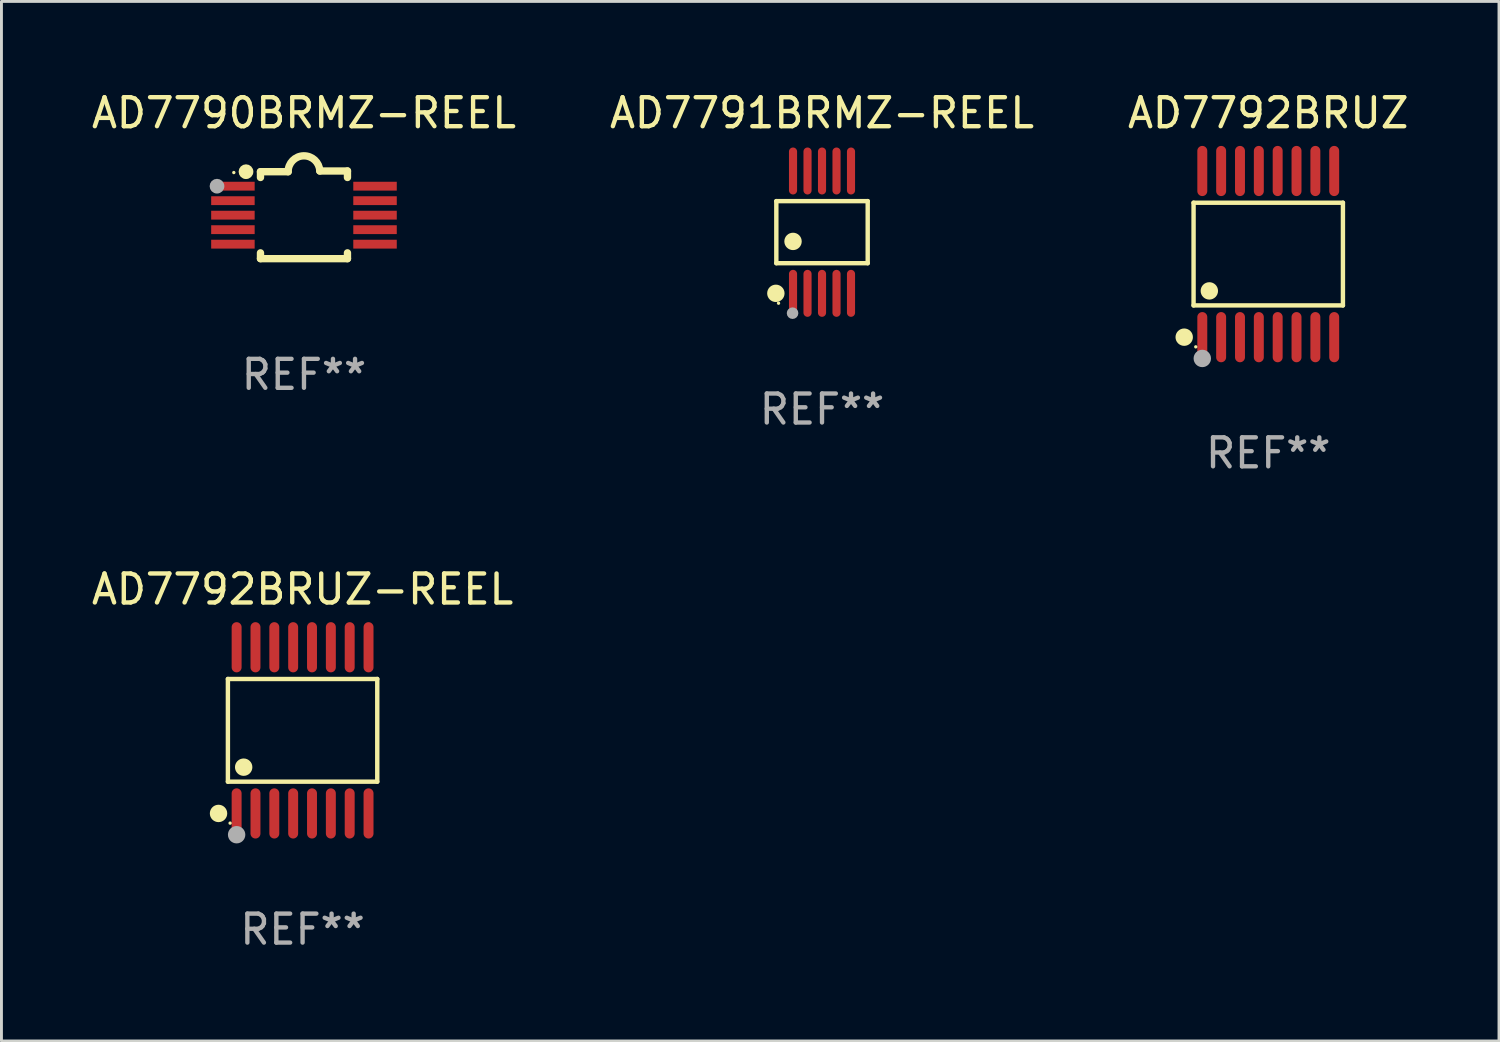
<source format=kicad_pcb>
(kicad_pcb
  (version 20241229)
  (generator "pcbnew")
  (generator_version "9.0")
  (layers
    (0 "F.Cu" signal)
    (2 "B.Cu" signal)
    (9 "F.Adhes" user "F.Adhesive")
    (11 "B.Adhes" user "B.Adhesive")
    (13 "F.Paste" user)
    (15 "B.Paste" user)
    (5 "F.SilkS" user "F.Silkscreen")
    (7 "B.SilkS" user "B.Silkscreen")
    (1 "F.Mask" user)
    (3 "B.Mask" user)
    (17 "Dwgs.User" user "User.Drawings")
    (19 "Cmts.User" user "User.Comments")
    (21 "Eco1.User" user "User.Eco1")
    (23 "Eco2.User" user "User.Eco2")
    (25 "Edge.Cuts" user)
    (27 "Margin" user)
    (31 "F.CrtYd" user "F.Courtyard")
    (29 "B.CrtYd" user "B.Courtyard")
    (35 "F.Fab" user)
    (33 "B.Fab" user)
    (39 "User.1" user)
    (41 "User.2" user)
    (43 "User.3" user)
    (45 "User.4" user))
  (footprint "AD7791BRMZ-REEL"
    (layer "F.Cu")
    (at 25.304 4.958)
    (property "Reference" "AD7791BRMZ-REEL" (at 0 -4.11 0) (layer "F.SilkS") (effects (font (size 1 1) (thickness 0.15))))
    (attr through_hole)
    (fp_line (start -1.576 -1.071) (end 1.576 -1.071) (stroke (width 0.152) (type solid)) (layer "F.SilkS"))
    (fp_line (start -1.576 1.071) (end -1.576 -1.071) (stroke (width 0.152) (type solid)) (layer "F.SilkS"))
    (fp_line (start 1.576 -1.071) (end 1.576 1.071) (stroke (width 0.152) (type solid)) (layer "F.SilkS"))
    (fp_line (start 1.576 1.071) (end -1.576 1.071) (stroke (width 0.152) (type solid)) (layer "F.SilkS"))
    (fp_circle (center -1.592 2.11) (end -1.442 2.11) (stroke (width 0.3) (type solid)) (fill no) (layer "F.SilkS"))
    (fp_circle (center -1.5 2.45) (end -1.47 2.45) (stroke (width 0.06) (type solid)) (fill no) (layer "F.SilkS"))
    (fp_circle (center -1 0.319) (end -0.85 0.319) (stroke (width 0.3) (type solid)) (fill no) (layer "F.SilkS"))
    (fp_circle (center -1.016 2.794) (end -0.916 2.794) (stroke (width 0.2) (type solid)) (fill no) (layer "F.Fab"))
    (fp_text user "REF**" (at 0 6.11 0) (layer "F.Fab") (effects (font (size 1 1) (thickness 0.15))))
    (pad "1" smd oval (at -1 2.11) (size 0.28 1.62) (layers "F.Cu" "F.Mask" "F.Paste"))
    (pad "2" smd oval (at -0.5 2.11) (size 0.28 1.62) (layers "F.Cu" "F.Mask" "F.Paste"))
    (pad "3" smd oval (at 0 2.11) (size 0.28 1.62) (layers "F.Cu" "F.Mask" "F.Paste"))
    (pad "4" smd oval (at 0.5 2.11) (size 0.28 1.62) (layers "F.Cu" "F.Mask" "F.Paste"))
    (pad "5" smd oval (at 1 2.11) (size 0.28 1.62) (layers "F.Cu" "F.Mask" "F.Paste"))
    (pad "6" smd oval (at 1 -2.11) (size 0.28 1.62) (layers "F.Cu" "F.Mask" "F.Paste"))
    (pad "7" smd oval (at 0.5 -2.11) (size 0.28 1.62) (layers "F.Cu" "F.Mask" "F.Paste"))
    (pad "8" smd oval (at 0 -2.11) (size 0.28 1.62) (layers "F.Cu" "F.Mask" "F.Paste"))
    (pad "9" smd oval (at -0.5 -2.11) (size 0.28 1.62) (layers "F.Cu" "F.Mask" "F.Paste"))
    (pad "10" smd oval (at -1 -2.11) (size 0.28 1.62) (layers "F.Cu" "F.Mask" "F.Paste")))
  (footprint "AD7792BRUZ-REEL"
    (layer "F.Cu")
    (at 7.387 22.142)
    (property "Reference" "AD7792BRUZ-REEL" (at 0 -4.866 0) (layer "F.SilkS") (effects (font (size 1 1) (thickness 0.15))))
    (attr through_hole)
    (fp_line (start -2.576 -1.772) (end 2.576 -1.772) (stroke (width 0.152) (type solid)) (layer "F.SilkS"))
    (fp_line (start -2.576 1.771) (end -2.576 -1.772) (stroke (width 0.152) (type solid)) (layer "F.SilkS"))
    (fp_line (start 2.576 -1.772) (end 2.576 1.771) (stroke (width 0.152) (type solid)) (layer "F.SilkS"))
    (fp_line (start 2.576 1.771) (end -2.576 1.771) (stroke (width 0.152) (type solid)) (layer "F.SilkS"))
    (fp_circle (center -2.899 2.866) (end -2.749 2.866) (stroke (width 0.3) (type solid)) (fill no) (layer "F.SilkS"))
    (fp_circle (center -2.5 3.2) (end -2.47 3.2) (stroke (width 0.06) (type solid)) (fill no) (layer "F.SilkS"))
    (fp_circle (center -2.032 1.27) (end -1.882 1.27) (stroke (width 0.3) (type solid)) (fill no) (layer "F.SilkS"))
    (fp_circle (center -2.275 3.6) (end -2.125 3.6) (stroke (width 0.3) (type solid)) (fill no) (layer "F.Fab"))
    (fp_text user "REF**" (at 0 6.866 0) (layer "F.Fab") (effects (font (size 1 1) (thickness 0.15))))
    (pad "1" smd oval (at -2.275 2.866) (size 0.343 1.731) (layers "F.Cu" "F.Mask" "F.Paste"))
    (pad "2" smd oval (at -1.625 2.866) (size 0.343 1.731) (layers "F.Cu" "F.Mask" "F.Paste"))
    (pad "3" smd oval (at -0.975 2.866) (size 0.343 1.731) (layers "F.Cu" "F.Mask" "F.Paste"))
    (pad "4" smd oval (at -0.325 2.866) (size 0.343 1.731) (layers "F.Cu" "F.Mask" "F.Paste"))
    (pad "5" smd oval (at 0.325 2.866) (size 0.343 1.731) (layers "F.Cu" "F.Mask" "F.Paste"))
    (pad "6" smd oval (at 0.975 2.866) (size 0.343 1.731) (layers "F.Cu" "F.Mask" "F.Paste"))
    (pad "7" smd oval (at 1.625 2.866) (size 0.343 1.731) (layers "F.Cu" "F.Mask" "F.Paste"))
    (pad "8" smd oval (at 2.275 2.866) (size 0.343 1.731) (layers "F.Cu" "F.Mask" "F.Paste"))
    (pad "9" smd oval (at 2.275 -2.866) (size 0.343 1.731) (layers "F.Cu" "F.Mask" "F.Paste"))
    (pad "10" smd oval (at 1.625 -2.866) (size 0.343 1.731) (layers "F.Cu" "F.Mask" "F.Paste"))
    (pad "11" smd oval (at 0.975 -2.866) (size 0.343 1.731) (layers "F.Cu" "F.Mask" "F.Paste"))
    (pad "12" smd oval (at 0.325 -2.866) (size 0.343 1.731) (layers "F.Cu" "F.Mask" "F.Paste"))
    (pad "13" smd oval (at -0.325 -2.866) (size 0.343 1.731) (layers "F.Cu" "F.Mask" "F.Paste"))
    (pad "14" smd oval (at -0.975 -2.866) (size 0.343 1.731) (layers "F.Cu" "F.Mask" "F.Paste"))
    (pad "15" smd oval (at -1.625 -2.866) (size 0.343 1.731) (layers "F.Cu" "F.Mask" "F.Paste"))
    (pad "16" smd oval (at -2.275 -2.866) (size 0.343 1.731) (layers "F.Cu" "F.Mask" "F.Paste")))
  (footprint "AD7790BRMZ-REEL"
    (layer "F.Cu")
    (at 7.435 4.36)
    (property "Reference" "AD7790BRMZ-REEL" (at 0 -3.512 0) (layer "F.SilkS") (effects (font (size 1 1) (thickness 0.15))))
    (attr through_hole)
    (fp_line (start -1.5 -1.288) (end -1.5 -1.487) (stroke (width 0.254) (type solid)) (layer "F.SilkS"))
    (fp_line (start -1.5 1.512) (end -1.5 1.312) (stroke (width 0.254) (type solid)) (layer "F.SilkS"))
    (fp_line (start -0.546 -1.487) (end -1.5 -1.487) (stroke (width 0.254) (type solid)) (layer "F.SilkS"))
    (fp_line (start 1.5 -1.512) (end 0.546 -1.512) (stroke (width 0.254) (type solid)) (layer "F.SilkS"))
    (fp_line (start 1.5 -1.288) (end 1.5 -1.512) (stroke (width 0.254) (type solid)) (layer "F.SilkS"))
    (fp_line (start 1.5 1.512) (end -1.5 1.512) (stroke (width 0.254) (type solid)) (layer "F.SilkS"))
    (fp_line (start 1.5 1.512) (end 1.5 1.312) (stroke (width 0.254) (type solid)) (layer "F.SilkS"))
    (fp_arc (start -0.546151 -1.486601) (mid -0.01246 -2.032889) (end 0.54605 -1.512002) (stroke (width 0.254001) (type solid)) (layer "F.SilkS"))
    (fp_circle (center -2.42 -1.458) (end -2.39 -1.458) (stroke (width 0.06) (type solid)) (fill no) (layer "F.SilkS"))
    (fp_circle (center -2 -1.488) (end -1.873 -1.488) (stroke (width 0.254) (type solid)) (fill no) (layer "F.SilkS"))
    (fp_circle (center -3 -0.988) (end -2.873 -0.988) (stroke (width 0.254) (type solid)) (fill no) (layer "F.Fab"))
    (fp_text user "REF**" (at 0 5.512 0) (layer "F.Fab") (effects (font (size 1 1) (thickness 0.15))))
    (pad "1" smd rect (at -2.451 -0.988) (size 1.5 0.305) (layers "F.Cu" "F.Mask" "F.Paste"))
    (pad "2" smd rect (at -2.451 -0.488) (size 1.5 0.305) (layers "F.Cu" "F.Mask" "F.Paste"))
    (pad "3" smd rect (at -2.451 0.012) (size 1.5 0.305) (layers "F.Cu" "F.Mask" "F.Paste"))
    (pad "4" smd rect (at -2.451 0.512) (size 1.5 0.305) (layers "F.Cu" "F.Mask" "F.Paste"))
    (pad "5" smd rect (at -2.451 1.012) (size 1.5 0.305) (layers "F.Cu" "F.Mask" "F.Paste"))
    (pad "6" smd rect (at 2.451 1.012) (size 1.5 0.305) (layers "F.Cu" "F.Mask" "F.Paste"))
    (pad "7" smd rect (at 2.451 0.512) (size 1.5 0.305) (layers "F.Cu" "F.Mask" "F.Paste"))
    (pad "8" smd rect (at 2.451 0.012) (size 1.5 0.305) (layers "F.Cu" "F.Mask" "F.Paste"))
    (pad "9" smd rect (at 2.451 -0.488) (size 1.5 0.305) (layers "F.Cu" "F.Mask" "F.Paste"))
    (pad "10" smd rect (at 2.451 -0.988) (size 1.5 0.305) (layers "F.Cu" "F.Mask" "F.Paste")))
  (footprint "AD7792BRUZ"
    (layer "F.Cu")
    (at 40.696 5.714)
    (property "Reference" "AD7792BRUZ" (at 0 -4.866 0) (layer "F.SilkS") (effects (font (size 1 1) (thickness 0.15))))
    (attr through_hole)
    (fp_line (start -2.576 -1.772) (end 2.576 -1.772) (stroke (width 0.152) (type solid)) (layer "F.SilkS"))
    (fp_line (start -2.576 1.771) (end -2.576 -1.772) (stroke (width 0.152) (type solid)) (layer "F.SilkS"))
    (fp_line (start 2.576 -1.772) (end 2.576 1.771) (stroke (width 0.152) (type solid)) (layer "F.SilkS"))
    (fp_line (start 2.576 1.771) (end -2.576 1.771) (stroke (width 0.152) (type solid)) (layer "F.SilkS"))
    (fp_circle (center -2.899 2.866) (end -2.749 2.866) (stroke (width 0.3) (type solid)) (fill no) (layer "F.SilkS"))
    (fp_circle (center -2.5 3.2) (end -2.47 3.2) (stroke (width 0.06) (type solid)) (fill no) (layer "F.SilkS"))
    (fp_circle (center -2.032 1.27) (end -1.882 1.27) (stroke (width 0.3) (type solid)) (fill no) (layer "F.SilkS"))
    (fp_circle (center -2.275 3.6) (end -2.125 3.6) (stroke (width 0.3) (type solid)) (fill no) (layer "F.Fab"))
    (fp_text user "REF**" (at 0 6.866 0) (layer "F.Fab") (effects (font (size 1 1) (thickness 0.15))))
    (pad "1" smd oval (at -2.275 2.866) (size 0.343 1.731) (layers "F.Cu" "F.Mask" "F.Paste"))
    (pad "2" smd oval (at -1.625 2.866) (size 0.343 1.731) (layers "F.Cu" "F.Mask" "F.Paste"))
    (pad "3" smd oval (at -0.975 2.866) (size 0.343 1.731) (layers "F.Cu" "F.Mask" "F.Paste"))
    (pad "4" smd oval (at -0.325 2.866) (size 0.343 1.731) (layers "F.Cu" "F.Mask" "F.Paste"))
    (pad "5" smd oval (at 0.325 2.866) (size 0.343 1.731) (layers "F.Cu" "F.Mask" "F.Paste"))
    (pad "6" smd oval (at 0.975 2.866) (size 0.343 1.731) (layers "F.Cu" "F.Mask" "F.Paste"))
    (pad "7" smd oval (at 1.625 2.866) (size 0.343 1.731) (layers "F.Cu" "F.Mask" "F.Paste"))
    (pad "8" smd oval (at 2.275 2.866) (size 0.343 1.731) (layers "F.Cu" "F.Mask" "F.Paste"))
    (pad "9" smd oval (at 2.275 -2.866) (size 0.343 1.731) (layers "F.Cu" "F.Mask" "F.Paste"))
    (pad "10" smd oval (at 1.625 -2.866) (size 0.343 1.731) (layers "F.Cu" "F.Mask" "F.Paste"))
    (pad "11" smd oval (at 0.975 -2.866) (size 0.343 1.731) (layers "F.Cu" "F.Mask" "F.Paste"))
    (pad "12" smd oval (at 0.325 -2.866) (size 0.343 1.731) (layers "F.Cu" "F.Mask" "F.Paste"))
    (pad "13" smd oval (at -0.325 -2.866) (size 0.343 1.731) (layers "F.Cu" "F.Mask" "F.Paste"))
    (pad "14" smd oval (at -0.975 -2.866) (size 0.343 1.731) (layers "F.Cu" "F.Mask" "F.Paste"))
    (pad "15" smd oval (at -1.625 -2.866) (size 0.343 1.731) (layers "F.Cu" "F.Mask" "F.Paste"))
    (pad "16" smd oval (at -2.275 -2.866) (size 0.343 1.731) (layers "F.Cu" "F.Mask" "F.Paste")))
  (gr_rect
    (start -3 -3)
    (end 48.655 32.856)
    (stroke (width 0.1) (type default))
    (fill no)
    (layer "Edge.Cuts")))
</source>
